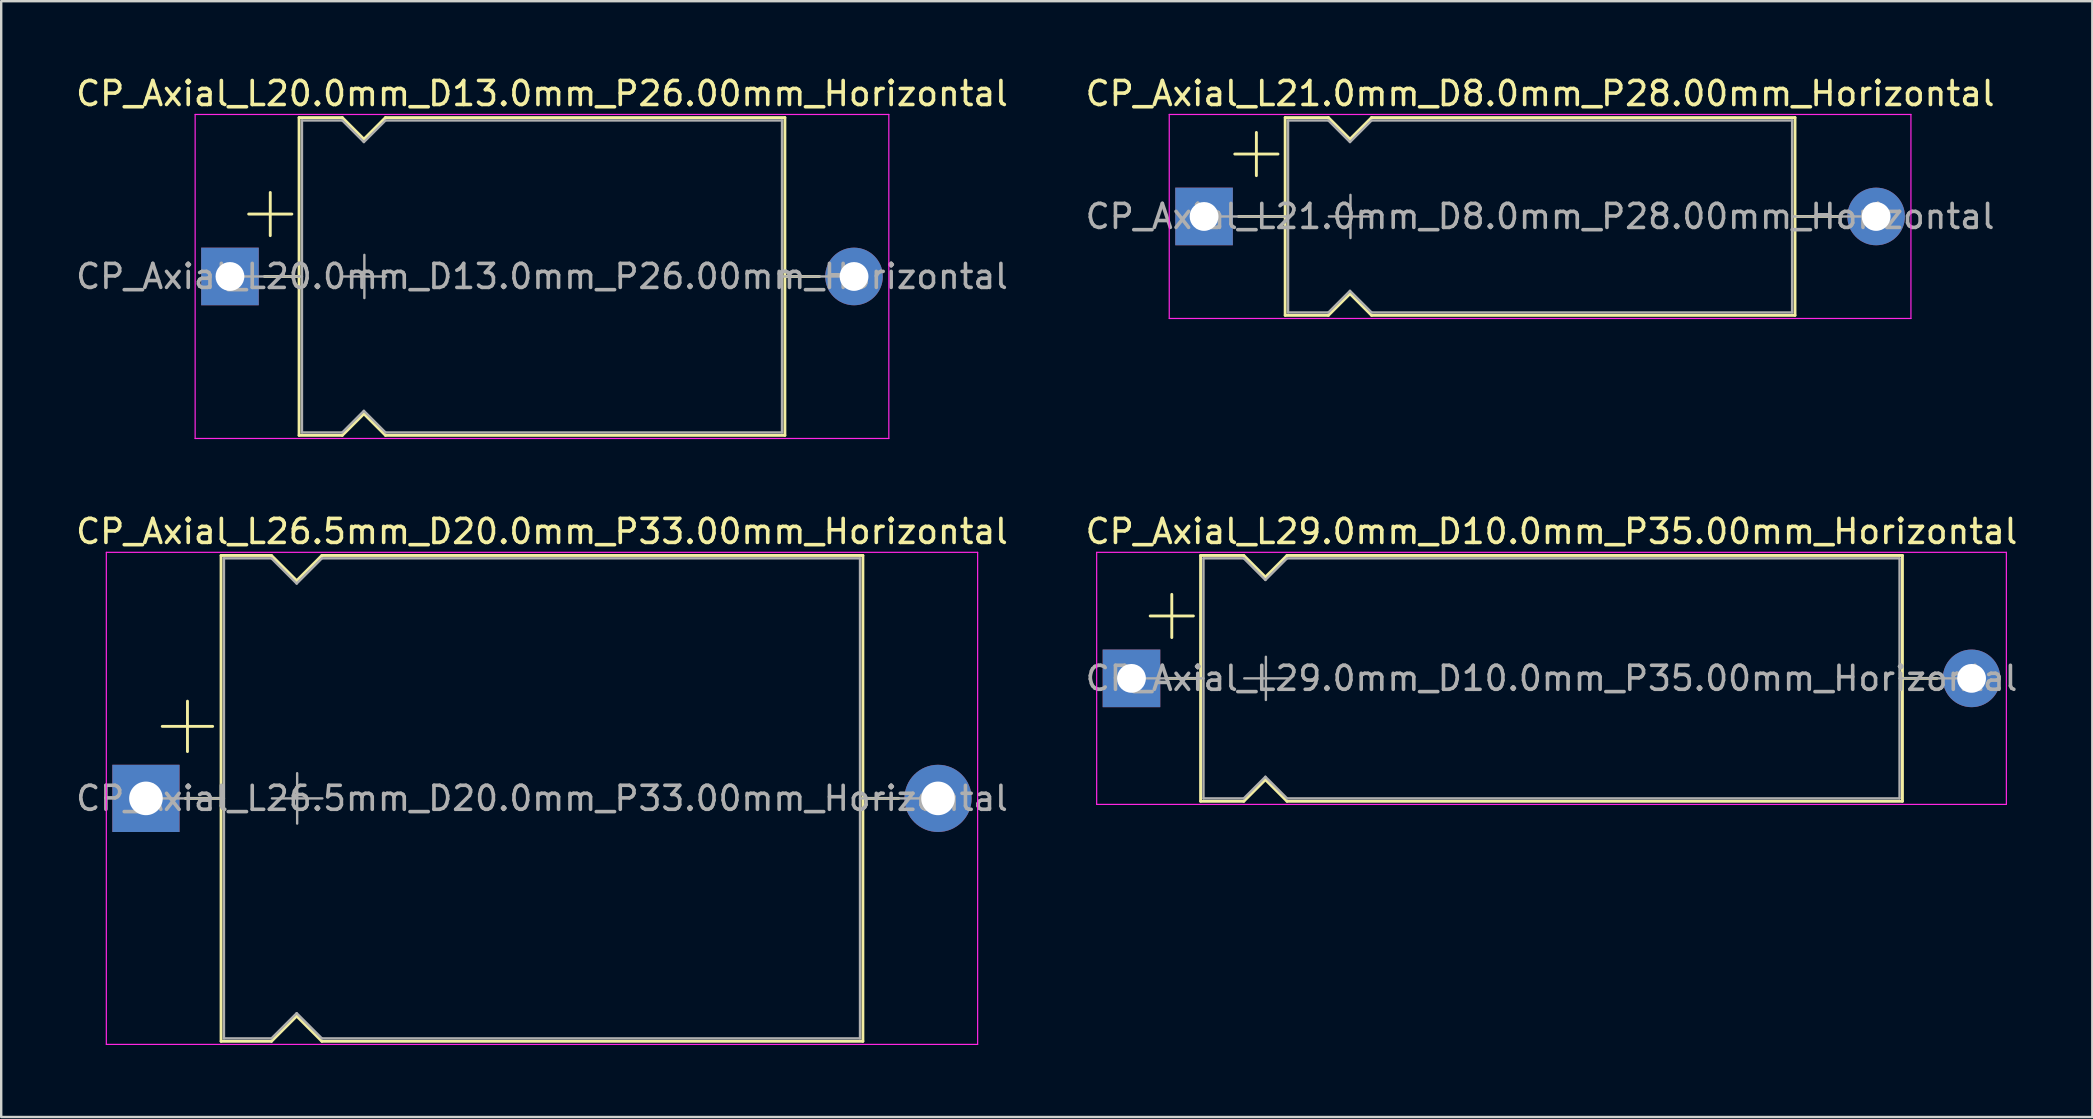
<source format=kicad_pcb>
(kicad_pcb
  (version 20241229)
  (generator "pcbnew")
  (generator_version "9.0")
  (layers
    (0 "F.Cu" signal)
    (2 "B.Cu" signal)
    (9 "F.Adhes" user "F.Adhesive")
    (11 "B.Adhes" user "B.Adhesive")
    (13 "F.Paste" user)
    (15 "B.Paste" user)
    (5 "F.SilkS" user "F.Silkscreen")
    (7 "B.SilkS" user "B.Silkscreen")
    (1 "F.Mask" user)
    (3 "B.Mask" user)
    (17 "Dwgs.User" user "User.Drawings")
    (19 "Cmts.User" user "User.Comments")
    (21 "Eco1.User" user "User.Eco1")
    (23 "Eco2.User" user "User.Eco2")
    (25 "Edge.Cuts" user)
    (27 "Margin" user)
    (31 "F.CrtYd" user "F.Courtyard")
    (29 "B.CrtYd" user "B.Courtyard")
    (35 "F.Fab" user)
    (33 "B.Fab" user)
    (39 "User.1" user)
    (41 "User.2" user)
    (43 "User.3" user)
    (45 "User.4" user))
  (footprint "CP_Axial_L29.0mm_D10.0mm_P35.00mm_Horizontal"
    (layer "F.Cu")
    (at 44.089 25.212)
    (property "Reference" "CP_Axial_L29.0mm_D10.0mm_P35.00mm_Horizontal" (at 17.5 -6.12 0) (layer "F.SilkS") (effects (font (size 1 1) (thickness 0.15))))
    (attr through_hole)
    (fp_line (start 0.78 -2.6) (end 2.58 -2.6) (stroke (width 0.12) (type solid)) (layer "F.SilkS"))
    (fp_line (start 1.44 0) (end 2.88 0) (stroke (width 0.12) (type solid)) (layer "F.SilkS"))
    (fp_line (start 1.68 -3.5) (end 1.68 -1.7) (stroke (width 0.12) (type solid)) (layer "F.SilkS"))
    (fp_line (start 2.88 -5.12) (end 2.88 5.12) (stroke (width 0.12) (type solid)) (layer "F.SilkS"))
    (fp_line (start 2.88 -5.12) (end 4.68 -5.12) (stroke (width 0.12) (type solid)) (layer "F.SilkS"))
    (fp_line (start 2.88 5.12) (end 4.68 5.12) (stroke (width 0.12) (type solid)) (layer "F.SilkS"))
    (fp_line (start 4.68 -5.12) (end 5.58 -4.22) (stroke (width 0.12) (type solid)) (layer "F.SilkS"))
    (fp_line (start 4.68 5.12) (end 5.58 4.22) (stroke (width 0.12) (type solid)) (layer "F.SilkS"))
    (fp_line (start 5.58 -4.22) (end 6.48 -5.12) (stroke (width 0.12) (type solid)) (layer "F.SilkS"))
    (fp_line (start 5.58 4.22) (end 6.48 5.12) (stroke (width 0.12) (type solid)) (layer "F.SilkS"))
    (fp_line (start 6.48 -5.12) (end 32.12 -5.12) (stroke (width 0.12) (type solid)) (layer "F.SilkS"))
    (fp_line (start 6.48 5.12) (end 32.12 5.12) (stroke (width 0.12) (type solid)) (layer "F.SilkS"))
    (fp_line (start 32.12 -5.12) (end 32.12 5.12) (stroke (width 0.12) (type solid)) (layer "F.SilkS"))
    (fp_line (start 33.56 0) (end 32.12 0) (stroke (width 0.12) (type solid)) (layer "F.SilkS"))
    (fp_line (start -1.45 -5.25) (end -1.45 5.25) (stroke (width 0.05) (type solid)) (layer "F.CrtYd"))
    (fp_line (start -1.45 5.25) (end 36.45 5.25) (stroke (width 0.05) (type solid)) (layer "F.CrtYd"))
    (fp_line (start 36.45 -5.25) (end -1.45 -5.25) (stroke (width 0.05) (type solid)) (layer "F.CrtYd"))
    (fp_line (start 36.45 5.25) (end 36.45 -5.25) (stroke (width 0.05) (type solid)) (layer "F.CrtYd"))
    (fp_line (start 0 0) (end 3 0) (stroke (width 0.1) (type solid)) (layer "F.Fab"))
    (fp_line (start 3 -5) (end 3 5) (stroke (width 0.1) (type solid)) (layer "F.Fab"))
    (fp_line (start 3 -5) (end 4.68 -5) (stroke (width 0.1) (type solid)) (layer "F.Fab"))
    (fp_line (start 3 5) (end 4.68 5) (stroke (width 0.1) (type solid)) (layer "F.Fab"))
    (fp_line (start 4.68 -5) (end 5.58 -4.1) (stroke (width 0.1) (type solid)) (layer "F.Fab"))
    (fp_line (start 4.68 5) (end 5.58 4.1) (stroke (width 0.1) (type solid)) (layer "F.Fab"))
    (fp_line (start 4.7 0) (end 6.5 0) (stroke (width 0.1) (type solid)) (layer "F.Fab"))
    (fp_line (start 5.58 -4.1) (end 6.48 -5) (stroke (width 0.1) (type solid)) (layer "F.Fab"))
    (fp_line (start 5.58 4.1) (end 6.48 5) (stroke (width 0.1) (type solid)) (layer "F.Fab"))
    (fp_line (start 5.6 -0.9) (end 5.6 0.9) (stroke (width 0.1) (type solid)) (layer "F.Fab"))
    (fp_line (start 6.48 -5) (end 32 -5) (stroke (width 0.1) (type solid)) (layer "F.Fab"))
    (fp_line (start 6.48 5) (end 32 5) (stroke (width 0.1) (type solid)) (layer "F.Fab"))
    (fp_line (start 32 -5) (end 32 5) (stroke (width 0.1) (type solid)) (layer "F.Fab"))
    (fp_line (start 35 0) (end 32 0) (stroke (width 0.1) (type solid)) (layer "F.Fab"))
    (fp_text user "${REFERENCE}" (at 17.5 0 0) (layer "F.Fab") (effects (font (size 1 1) (thickness 0.15))))
    (pad "1" thru_hole rect (at 0 0) (size 2.4 2.4) (drill 1.2) (layers "*.Cu" "*.Mask"))
    (pad "2" thru_hole oval (at 35 0) (size 2.4 2.4) (drill 1.2) (layers "*.Cu" "*.Mask")))
  (footprint "CP_Axial_L20.0mm_D13.0mm_P26.00mm_Horizontal"
    (layer "F.Cu")
    (at 6.53 8.468)
    (property "Reference" "CP_Axial_L20.0mm_D13.0mm_P26.00mm_Horizontal" (at 13 -7.62 0) (layer "F.SilkS") (effects (font (size 1 1) (thickness 0.15))))
    (attr through_hole)
    (fp_line (start 0.78 -2.6) (end 2.58 -2.6) (stroke (width 0.12) (type solid)) (layer "F.SilkS"))
    (fp_line (start 1.44 0) (end 2.88 0) (stroke (width 0.12) (type solid)) (layer "F.SilkS"))
    (fp_line (start 1.68 -3.5) (end 1.68 -1.7) (stroke (width 0.12) (type solid)) (layer "F.SilkS"))
    (fp_line (start 2.88 -6.62) (end 2.88 6.62) (stroke (width 0.12) (type solid)) (layer "F.SilkS"))
    (fp_line (start 2.88 -6.62) (end 4.68 -6.62) (stroke (width 0.12) (type solid)) (layer "F.SilkS"))
    (fp_line (start 2.88 6.62) (end 4.68 6.62) (stroke (width 0.12) (type solid)) (layer "F.SilkS"))
    (fp_line (start 4.68 -6.62) (end 5.58 -5.72) (stroke (width 0.12) (type solid)) (layer "F.SilkS"))
    (fp_line (start 4.68 6.62) (end 5.58 5.72) (stroke (width 0.12) (type solid)) (layer "F.SilkS"))
    (fp_line (start 5.58 -5.72) (end 6.48 -6.62) (stroke (width 0.12) (type solid)) (layer "F.SilkS"))
    (fp_line (start 5.58 5.72) (end 6.48 6.62) (stroke (width 0.12) (type solid)) (layer "F.SilkS"))
    (fp_line (start 6.48 -6.62) (end 23.12 -6.62) (stroke (width 0.12) (type solid)) (layer "F.SilkS"))
    (fp_line (start 6.48 6.62) (end 23.12 6.62) (stroke (width 0.12) (type solid)) (layer "F.SilkS"))
    (fp_line (start 23.12 -6.62) (end 23.12 6.62) (stroke (width 0.12) (type solid)) (layer "F.SilkS"))
    (fp_line (start 24.56 0) (end 23.12 0) (stroke (width 0.12) (type solid)) (layer "F.SilkS"))
    (fp_line (start -1.45 -6.75) (end -1.45 6.75) (stroke (width 0.05) (type solid)) (layer "F.CrtYd"))
    (fp_line (start -1.45 6.75) (end 27.45 6.75) (stroke (width 0.05) (type solid)) (layer "F.CrtYd"))
    (fp_line (start 27.45 -6.75) (end -1.45 -6.75) (stroke (width 0.05) (type solid)) (layer "F.CrtYd"))
    (fp_line (start 27.45 6.75) (end 27.45 -6.75) (stroke (width 0.05) (type solid)) (layer "F.CrtYd"))
    (fp_line (start 0 0) (end 3 0) (stroke (width 0.1) (type solid)) (layer "F.Fab"))
    (fp_line (start 3 -6.5) (end 3 6.5) (stroke (width 0.1) (type solid)) (layer "F.Fab"))
    (fp_line (start 3 -6.5) (end 4.68 -6.5) (stroke (width 0.1) (type solid)) (layer "F.Fab"))
    (fp_line (start 3 6.5) (end 4.68 6.5) (stroke (width 0.1) (type solid)) (layer "F.Fab"))
    (fp_line (start 4.68 -6.5) (end 5.58 -5.6) (stroke (width 0.1) (type solid)) (layer "F.Fab"))
    (fp_line (start 4.68 6.5) (end 5.58 5.6) (stroke (width 0.1) (type solid)) (layer "F.Fab"))
    (fp_line (start 4.7 0) (end 6.5 0) (stroke (width 0.1) (type solid)) (layer "F.Fab"))
    (fp_line (start 5.58 -5.6) (end 6.48 -6.5) (stroke (width 0.1) (type solid)) (layer "F.Fab"))
    (fp_line (start 5.58 5.6) (end 6.48 6.5) (stroke (width 0.1) (type solid)) (layer "F.Fab"))
    (fp_line (start 5.6 -0.9) (end 5.6 0.9) (stroke (width 0.1) (type solid)) (layer "F.Fab"))
    (fp_line (start 6.48 -6.5) (end 23 -6.5) (stroke (width 0.1) (type solid)) (layer "F.Fab"))
    (fp_line (start 6.48 6.5) (end 23 6.5) (stroke (width 0.1) (type solid)) (layer "F.Fab"))
    (fp_line (start 23 -6.5) (end 23 6.5) (stroke (width 0.1) (type solid)) (layer "F.Fab"))
    (fp_line (start 26 0) (end 23 0) (stroke (width 0.1) (type solid)) (layer "F.Fab"))
    (fp_text user "${REFERENCE}" (at 13 0 0) (layer "F.Fab") (effects (font (size 1 1) (thickness 0.15))))
    (pad "1" thru_hole rect (at 0 0) (size 2.4 2.4) (drill 1.2) (layers "*.Cu" "*.Mask"))
    (pad "2" thru_hole oval (at 26 0) (size 2.4 2.4) (drill 1.2) (layers "*.Cu" "*.Mask")))
  (footprint "CP_Axial_L26.5mm_D20.0mm_P33.00mm_Horizontal"
    (layer "F.Cu")
    (at 3.03 30.212)
    (property "Reference" "CP_Axial_L26.5mm_D20.0mm_P33.00mm_Horizontal" (at 16.5 -11.12 0) (layer "F.SilkS") (effects (font (size 1 1) (thickness 0.15))))
    (attr through_hole)
    (fp_line (start 0.68 -3) (end 2.78 -3) (stroke (width 0.12) (type solid)) (layer "F.SilkS"))
    (fp_line (start 1.64 0) (end 3.13 0) (stroke (width 0.12) (type solid)) (layer "F.SilkS"))
    (fp_line (start 1.73 -4.05) (end 1.73 -1.95) (stroke (width 0.12) (type solid)) (layer "F.SilkS"))
    (fp_line (start 3.13 -10.12) (end 3.13 10.12) (stroke (width 0.12) (type solid)) (layer "F.SilkS"))
    (fp_line (start 3.13 -10.12) (end 5.23 -10.12) (stroke (width 0.12) (type solid)) (layer "F.SilkS"))
    (fp_line (start 3.13 10.12) (end 5.23 10.12) (stroke (width 0.12) (type solid)) (layer "F.SilkS"))
    (fp_line (start 5.23 -10.12) (end 6.28 -9.07) (stroke (width 0.12) (type solid)) (layer "F.SilkS"))
    (fp_line (start 5.23 10.12) (end 6.28 9.07) (stroke (width 0.12) (type solid)) (layer "F.SilkS"))
    (fp_line (start 6.28 -9.07) (end 7.33 -10.12) (stroke (width 0.12) (type solid)) (layer "F.SilkS"))
    (fp_line (start 6.28 9.07) (end 7.33 10.12) (stroke (width 0.12) (type solid)) (layer "F.SilkS"))
    (fp_line (start 7.33 -10.12) (end 29.87 -10.12) (stroke (width 0.12) (type solid)) (layer "F.SilkS"))
    (fp_line (start 7.33 10.12) (end 29.87 10.12) (stroke (width 0.12) (type solid)) (layer "F.SilkS"))
    (fp_line (start 29.87 -10.12) (end 29.87 10.12) (stroke (width 0.12) (type solid)) (layer "F.SilkS"))
    (fp_line (start 31.36 0) (end 29.87 0) (stroke (width 0.12) (type solid)) (layer "F.SilkS"))
    (fp_line (start -1.65 -10.25) (end -1.65 10.25) (stroke (width 0.05) (type solid)) (layer "F.CrtYd"))
    (fp_line (start -1.65 10.25) (end 34.65 10.25) (stroke (width 0.05) (type solid)) (layer "F.CrtYd"))
    (fp_line (start 34.65 -10.25) (end -1.65 -10.25) (stroke (width 0.05) (type solid)) (layer "F.CrtYd"))
    (fp_line (start 34.65 10.25) (end 34.65 -10.25) (stroke (width 0.05) (type solid)) (layer "F.CrtYd"))
    (fp_line (start 0 0) (end 3.25 0) (stroke (width 0.1) (type solid)) (layer "F.Fab"))
    (fp_line (start 3.25 -10) (end 3.25 10) (stroke (width 0.1) (type solid)) (layer "F.Fab"))
    (fp_line (start 3.25 -10) (end 5.23 -10) (stroke (width 0.1) (type solid)) (layer "F.Fab"))
    (fp_line (start 3.25 10) (end 5.23 10) (stroke (width 0.1) (type solid)) (layer "F.Fab"))
    (fp_line (start 5.23 -10) (end 6.28 -8.95) (stroke (width 0.1) (type solid)) (layer "F.Fab"))
    (fp_line (start 5.23 10) (end 6.28 8.95) (stroke (width 0.1) (type solid)) (layer "F.Fab"))
    (fp_line (start 5.25 0) (end 7.35 0) (stroke (width 0.1) (type solid)) (layer "F.Fab"))
    (fp_line (start 6.28 -8.95) (end 7.33 -10) (stroke (width 0.1) (type solid)) (layer "F.Fab"))
    (fp_line (start 6.28 8.95) (end 7.33 10) (stroke (width 0.1) (type solid)) (layer "F.Fab"))
    (fp_line (start 6.3 -1.05) (end 6.3 1.05) (stroke (width 0.1) (type solid)) (layer "F.Fab"))
    (fp_line (start 7.33 -10) (end 29.75 -10) (stroke (width 0.1) (type solid)) (layer "F.Fab"))
    (fp_line (start 7.33 10) (end 29.75 10) (stroke (width 0.1) (type solid)) (layer "F.Fab"))
    (fp_line (start 29.75 -10) (end 29.75 10) (stroke (width 0.1) (type solid)) (layer "F.Fab"))
    (fp_line (start 33 0) (end 29.75 0) (stroke (width 0.1) (type solid)) (layer "F.Fab"))
    (fp_text user "${REFERENCE}" (at 16.5 0 0) (layer "F.Fab") (effects (font (size 1 1) (thickness 0.15))))
    (pad "1" thru_hole rect (at 0 0) (size 2.8 2.8) (drill 1.4) (layers "*.Cu" "*.Mask"))
    (pad "2" thru_hole oval (at 33 0) (size 2.8 2.8) (drill 1.4) (layers "*.Cu" "*.Mask")))
  (footprint "CP_Axial_L21.0mm_D8.0mm_P28.00mm_Horizontal"
    (layer "F.Cu")
    (at 47.113 5.968)
    (property "Reference" "CP_Axial_L21.0mm_D8.0mm_P28.00mm_Horizontal" (at 14 -5.12 0) (layer "F.SilkS") (effects (font (size 1 1) (thickness 0.15))))
    (attr through_hole)
    (fp_line (start 1.28 -2.6) (end 3.08 -2.6) (stroke (width 0.12) (type solid)) (layer "F.SilkS"))
    (fp_line (start 1.44 0) (end 3.38 0) (stroke (width 0.12) (type solid)) (layer "F.SilkS"))
    (fp_line (start 2.18 -3.5) (end 2.18 -1.7) (stroke (width 0.12) (type solid)) (layer "F.SilkS"))
    (fp_line (start 3.38 -4.12) (end 3.38 4.12) (stroke (width 0.12) (type solid)) (layer "F.SilkS"))
    (fp_line (start 3.38 -4.12) (end 5.18 -4.12) (stroke (width 0.12) (type solid)) (layer "F.SilkS"))
    (fp_line (start 3.38 4.12) (end 5.18 4.12) (stroke (width 0.12) (type solid)) (layer "F.SilkS"))
    (fp_line (start 5.18 -4.12) (end 6.08 -3.22) (stroke (width 0.12) (type solid)) (layer "F.SilkS"))
    (fp_line (start 5.18 4.12) (end 6.08 3.22) (stroke (width 0.12) (type solid)) (layer "F.SilkS"))
    (fp_line (start 6.08 -3.22) (end 6.98 -4.12) (stroke (width 0.12) (type solid)) (layer "F.SilkS"))
    (fp_line (start 6.08 3.22) (end 6.98 4.12) (stroke (width 0.12) (type solid)) (layer "F.SilkS"))
    (fp_line (start 6.98 -4.12) (end 24.62 -4.12) (stroke (width 0.12) (type solid)) (layer "F.SilkS"))
    (fp_line (start 6.98 4.12) (end 24.62 4.12) (stroke (width 0.12) (type solid)) (layer "F.SilkS"))
    (fp_line (start 24.62 -4.12) (end 24.62 4.12) (stroke (width 0.12) (type solid)) (layer "F.SilkS"))
    (fp_line (start 26.56 0) (end 24.62 0) (stroke (width 0.12) (type solid)) (layer "F.SilkS"))
    (fp_line (start -1.45 -4.25) (end -1.45 4.25) (stroke (width 0.05) (type solid)) (layer "F.CrtYd"))
    (fp_line (start -1.45 4.25) (end 29.45 4.25) (stroke (width 0.05) (type solid)) (layer "F.CrtYd"))
    (fp_line (start 29.45 -4.25) (end -1.45 -4.25) (stroke (width 0.05) (type solid)) (layer "F.CrtYd"))
    (fp_line (start 29.45 4.25) (end 29.45 -4.25) (stroke (width 0.05) (type solid)) (layer "F.CrtYd"))
    (fp_line (start 0 0) (end 3.5 0) (stroke (width 0.1) (type solid)) (layer "F.Fab"))
    (fp_line (start 3.5 -4) (end 3.5 4) (stroke (width 0.1) (type solid)) (layer "F.Fab"))
    (fp_line (start 3.5 -4) (end 5.18 -4) (stroke (width 0.1) (type solid)) (layer "F.Fab"))
    (fp_line (start 3.5 4) (end 5.18 4) (stroke (width 0.1) (type solid)) (layer "F.Fab"))
    (fp_line (start 5.18 -4) (end 6.08 -3.1) (stroke (width 0.1) (type solid)) (layer "F.Fab"))
    (fp_line (start 5.18 4) (end 6.08 3.1) (stroke (width 0.1) (type solid)) (layer "F.Fab"))
    (fp_line (start 5.2 0) (end 7 0) (stroke (width 0.1) (type solid)) (layer "F.Fab"))
    (fp_line (start 6.08 -3.1) (end 6.98 -4) (stroke (width 0.1) (type solid)) (layer "F.Fab"))
    (fp_line (start 6.08 3.1) (end 6.98 4) (stroke (width 0.1) (type solid)) (layer "F.Fab"))
    (fp_line (start 6.1 -0.9) (end 6.1 0.9) (stroke (width 0.1) (type solid)) (layer "F.Fab"))
    (fp_line (start 6.98 -4) (end 24.5 -4) (stroke (width 0.1) (type solid)) (layer "F.Fab"))
    (fp_line (start 6.98 4) (end 24.5 4) (stroke (width 0.1) (type solid)) (layer "F.Fab"))
    (fp_line (start 24.5 -4) (end 24.5 4) (stroke (width 0.1) (type solid)) (layer "F.Fab"))
    (fp_line (start 28 0) (end 24.5 0) (stroke (width 0.1) (type solid)) (layer "F.Fab"))
    (fp_text user "${REFERENCE}" (at 14 0 0) (layer "F.Fab") (effects (font (size 1 1) (thickness 0.15))))
    (pad "1" thru_hole rect (at 0 0) (size 2.4 2.4) (drill 1.2) (layers "*.Cu" "*.Mask"))
    (pad "2" thru_hole oval (at 28 0) (size 2.4 2.4) (drill 1.2) (layers "*.Cu" "*.Mask")))
  (gr_rect
    (start -3 -3)
    (end 84.119 43.486)
    (stroke (width 0.1) (type default))
    (fill no)
    (layer "Edge.Cuts")))
</source>
